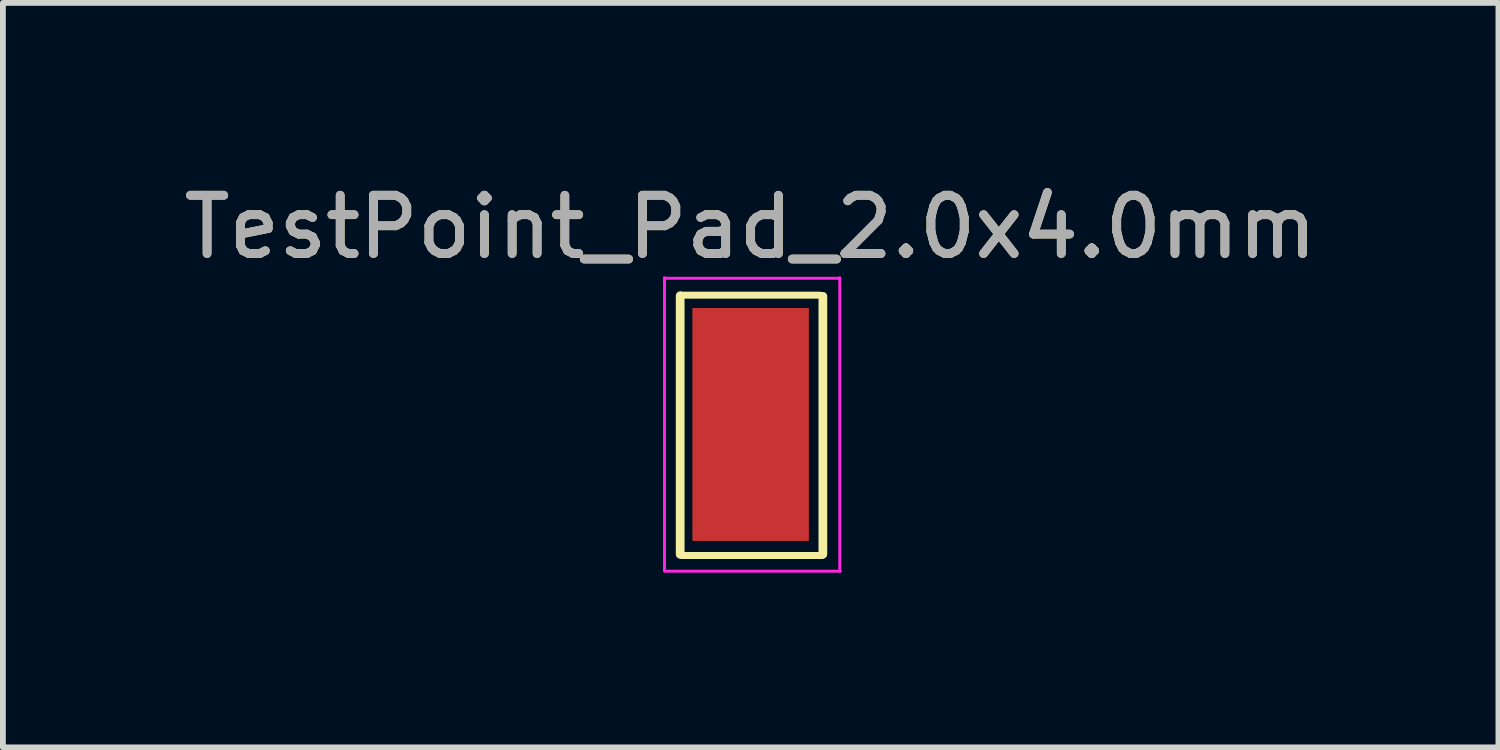
<source format=kicad_pcb>
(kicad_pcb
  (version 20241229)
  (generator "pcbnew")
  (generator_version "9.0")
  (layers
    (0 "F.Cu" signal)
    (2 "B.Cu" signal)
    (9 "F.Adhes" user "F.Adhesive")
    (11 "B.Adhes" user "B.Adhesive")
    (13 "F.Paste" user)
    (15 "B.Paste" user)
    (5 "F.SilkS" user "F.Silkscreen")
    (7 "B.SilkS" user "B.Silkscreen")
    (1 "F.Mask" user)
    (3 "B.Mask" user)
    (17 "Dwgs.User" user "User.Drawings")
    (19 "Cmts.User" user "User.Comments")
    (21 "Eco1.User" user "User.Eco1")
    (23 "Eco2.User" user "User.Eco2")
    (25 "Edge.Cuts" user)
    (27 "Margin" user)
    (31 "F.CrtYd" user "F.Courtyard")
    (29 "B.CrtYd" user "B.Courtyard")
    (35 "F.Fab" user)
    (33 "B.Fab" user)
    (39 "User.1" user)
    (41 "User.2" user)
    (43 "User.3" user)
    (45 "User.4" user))
  (footprint "TestPoint_Pad_2.0x4.0mm"
    (layer "F.Cu")
    (at 9.839 4.238)
    (property "Reference" "TestPoint_Pad_2.0x4.0mm" (at 0 -3.39 0) (layer "F.SilkS") (effects (font (size 1 1) (thickness 0.15))))
    (attr exclude_from_pos_files exclude_from_bom)
    (fp_line (start -1.21 -2.22) (end 1.19 -2.22) (stroke (width 0.12) (type solid)) (layer "F.SilkS"))
    (fp_line (start -1.21 -2.21) (end -1.21 2.23) (stroke (width 0.15) (type solid)) (layer "F.SilkS"))
    (fp_line (start 1.22 2.25) (end -1.18 2.25) (stroke (width 0.12) (type solid)) (layer "F.SilkS"))
    (fp_line (start 1.24 2.23) (end 1.24 -2.2) (stroke (width 0.15) (type solid)) (layer "F.SilkS"))
    (fp_line (start -1.48 2.52) (end -1.48 -2.52) (stroke (width 0.05) (type solid)) (layer "F.CrtYd"))
    (fp_line (start -1.47 -2.51) (end 1.53 -2.51) (stroke (width 0.05) (type solid)) (layer "F.CrtYd"))
    (fp_line (start 1.53 2.52) (end 1.53 -2.52) (stroke (width 0.05) (type solid)) (layer "F.CrtYd"))
    (fp_line (start 1.54 2.52) (end -1.46 2.52) (stroke (width 0.05) (type solid)) (layer "F.CrtYd"))
    (fp_text user "${REFERENCE}" (at 0 -3.39 0) (layer "F.Fab") (effects (font (size 1 1) (thickness 0.15))))
    (pad "1" smd rect (at 0 0) (size 2 4) (layers "F.Cu" "F.Mask")))
  (gr_rect
    (start -3 -3)
    (end 22.679 9.783)
    (stroke (width 0.1) (type default))
    (fill no)
    (layer "Edge.Cuts")))
</source>
